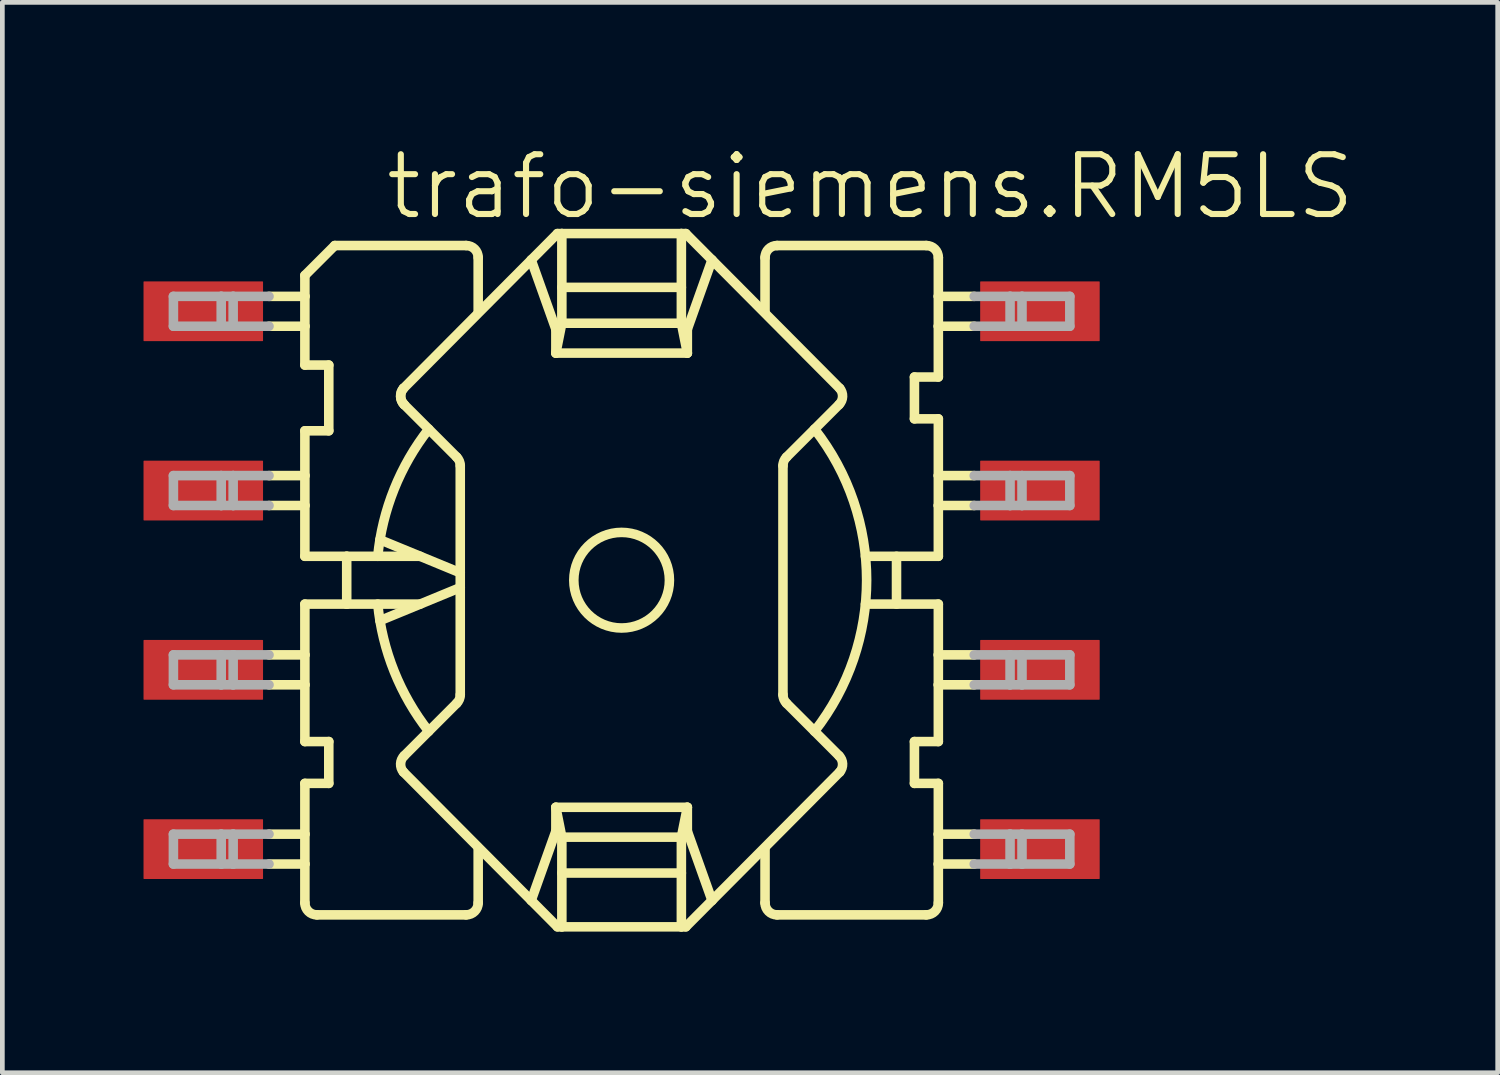
<source format=kicad_pcb>
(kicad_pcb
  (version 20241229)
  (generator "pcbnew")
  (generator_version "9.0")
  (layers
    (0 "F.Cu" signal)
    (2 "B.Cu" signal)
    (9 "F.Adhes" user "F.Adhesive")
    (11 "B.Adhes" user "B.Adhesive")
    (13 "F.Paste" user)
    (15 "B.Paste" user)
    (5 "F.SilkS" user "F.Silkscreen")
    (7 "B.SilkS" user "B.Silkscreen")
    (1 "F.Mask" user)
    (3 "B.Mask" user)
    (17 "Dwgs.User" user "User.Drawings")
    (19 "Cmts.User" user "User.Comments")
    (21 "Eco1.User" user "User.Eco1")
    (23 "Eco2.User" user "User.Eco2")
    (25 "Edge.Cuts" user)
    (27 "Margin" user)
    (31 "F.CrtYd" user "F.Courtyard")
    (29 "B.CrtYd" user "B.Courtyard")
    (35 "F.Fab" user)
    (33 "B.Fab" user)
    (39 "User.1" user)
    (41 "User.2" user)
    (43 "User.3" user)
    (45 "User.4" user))
  (footprint "trafo-siemens.RM5LS"
    (layer "F.Cu")
    (at 10.16 9.28)
    (property "Reference" "trafo-siemens.RM5LS" (at -5.08 -7.62 0) (layer "F.SilkS") (effects (font (size 1.27 1.27) (thickness 0.13)) (justify left bottom)))
    (attr smd)
    (fp_line (start -7.493 -6.032) (end -6.731 -6.032) (stroke (width 0.203) (type default)) (layer "F.SilkS"))
    (fp_line (start -7.493 -5.397) (end -6.731 -5.397) (stroke (width 0.203) (type default)) (layer "F.SilkS"))
    (fp_line (start -7.493 -2.223) (end -6.731 -2.223) (stroke (width 0.203) (type default)) (layer "F.SilkS"))
    (fp_line (start -7.493 -1.587) (end -6.731 -1.587) (stroke (width 0.203) (type default)) (layer "F.SilkS"))
    (fp_line (start -7.493 1.587) (end -6.731 1.587) (stroke (width 0.203) (type default)) (layer "F.SilkS"))
    (fp_line (start -7.493 2.223) (end -6.731 2.223) (stroke (width 0.203) (type default)) (layer "F.SilkS"))
    (fp_line (start -7.493 5.397) (end -6.731 5.397) (stroke (width 0.203) (type default)) (layer "F.SilkS"))
    (fp_line (start -7.493 6.032) (end -6.731 6.032) (stroke (width 0.203) (type default)) (layer "F.SilkS"))
    (fp_line (start -6.731 -6.477) (end -6.731 -6.032) (stroke (width 0.203) (type default)) (layer "F.SilkS"))
    (fp_line (start -6.731 -6.032) (end -6.731 -5.397) (stroke (width 0.203) (type default)) (layer "F.SilkS"))
    (fp_line (start -6.731 -5.397) (end -6.731 -4.572) (stroke (width 0.203) (type default)) (layer "F.SilkS"))
    (fp_line (start -6.731 -4.572) (end -6.223 -4.572) (stroke (width 0.203) (type default)) (layer "F.SilkS"))
    (fp_line (start -6.731 -3.175) (end -6.731 -2.223) (stroke (width 0.203) (type default)) (layer "F.SilkS"))
    (fp_line (start -6.731 -2.223) (end -6.731 -1.587) (stroke (width 0.203) (type default)) (layer "F.SilkS"))
    (fp_line (start -6.731 -1.587) (end -6.731 -0.508) (stroke (width 0.203) (type default)) (layer "F.SilkS"))
    (fp_line (start -6.731 -0.508) (end -5.842 -0.508) (stroke (width 0.203) (type default)) (layer "F.SilkS"))
    (fp_line (start -6.731 0.508) (end -6.731 1.587) (stroke (width 0.203) (type default)) (layer "F.SilkS"))
    (fp_line (start -6.731 0.508) (end -5.842 0.508) (stroke (width 0.203) (type default)) (layer "F.SilkS"))
    (fp_line (start -6.731 1.587) (end -6.731 2.223) (stroke (width 0.203) (type default)) (layer "F.SilkS"))
    (fp_line (start -6.731 2.223) (end -6.731 3.429) (stroke (width 0.203) (type default)) (layer "F.SilkS"))
    (fp_line (start -6.731 3.429) (end -6.223 3.429) (stroke (width 0.203) (type default)) (layer "F.SilkS"))
    (fp_line (start -6.731 4.318) (end -6.731 5.397) (stroke (width 0.203) (type default)) (layer "F.SilkS"))
    (fp_line (start -6.731 4.318) (end -6.223 4.318) (stroke (width 0.203) (type default)) (layer "F.SilkS"))
    (fp_line (start -6.731 5.397) (end -6.731 6.032) (stroke (width 0.203) (type default)) (layer "F.SilkS"))
    (fp_line (start -6.731 6.032) (end -6.731 6.858) (stroke (width 0.203) (type default)) (layer "F.SilkS"))
    (fp_line (start -6.477 7.112) (end -3.302 7.112) (stroke (width 0.203) (type default)) (layer "F.SilkS"))
    (fp_line (start -6.223 -4.572) (end -6.223 -3.175) (stroke (width 0.203) (type default)) (layer "F.SilkS"))
    (fp_line (start -6.223 -3.175) (end -6.731 -3.175) (stroke (width 0.203) (type default)) (layer "F.SilkS"))
    (fp_line (start -6.223 3.429) (end -6.223 4.318) (stroke (width 0.203) (type default)) (layer "F.SilkS"))
    (fp_line (start -6.096 -7.112) (end -6.731 -6.477) (stroke (width 0.203) (type default)) (layer "F.SilkS"))
    (fp_line (start -5.842 -0.508) (end -5.842 0.508) (stroke (width 0.203) (type default)) (layer "F.SilkS"))
    (fp_line (start -5.842 -0.508) (end -4.282 -0.508) (stroke (width 0.203) (type default)) (layer "F.SilkS"))
    (fp_line (start -5.842 0.508) (end -4.282 0.508) (stroke (width 0.203) (type default)) (layer "F.SilkS"))
    (fp_line (start -5.136 -0.86) (end -3.429 -0.157) (stroke (width 0.203) (type default)) (layer "F.SilkS"))
    (fp_line (start -5.136 0.86) (end -3.429 0.157) (stroke (width 0.203) (type default)) (layer "F.SilkS"))
    (fp_line (start -4.636 4.076) (end -1.364 7.366) (stroke (width 0.203) (type default)) (layer "F.SilkS"))
    (fp_line (start -3.503 -2.614) (end -4.622 -3.733) (stroke (width 0.203) (type default)) (layer "F.SilkS"))
    (fp_line (start -3.503 2.614) (end -4.622 3.733) (stroke (width 0.203) (type default)) (layer "F.SilkS"))
    (fp_line (start -3.429 -2.435) (end -3.429 -0.157) (stroke (width 0.203) (type default)) (layer "F.SilkS"))
    (fp_line (start -3.429 -0.157) (end -3.429 0.157) (stroke (width 0.203) (type default)) (layer "F.SilkS"))
    (fp_line (start -3.429 0.157) (end -3.429 2.435) (stroke (width 0.203) (type default)) (layer "F.SilkS"))
    (fp_line (start -3.302 -7.112) (end -6.096 -7.112) (stroke (width 0.203) (type default)) (layer "F.SilkS"))
    (fp_line (start -3.048 -6.858) (end -3.048 -5.715) (stroke (width 0.203) (type default)) (layer "F.SilkS"))
    (fp_line (start -3.048 6.858) (end -3.048 5.715) (stroke (width 0.203) (type default)) (layer "F.SilkS"))
    (fp_line (start -1.922 -6.808) (end -1.397 -5.334) (stroke (width 0.203) (type default)) (layer "F.SilkS"))
    (fp_line (start -1.922 6.808) (end -1.397 5.334) (stroke (width 0.203) (type default)) (layer "F.SilkS"))
    (fp_line (start -1.397 -4.826) (end -1.397 -5.334) (stroke (width 0.203) (type default)) (layer "F.SilkS"))
    (fp_line (start -1.397 -4.826) (end 1.397 -4.826) (stroke (width 0.203) (type default)) (layer "F.SilkS"))
    (fp_line (start -1.397 4.826) (end -1.397 5.334) (stroke (width 0.203) (type default)) (layer "F.SilkS"))
    (fp_line (start -1.397 4.826) (end 1.397 4.826) (stroke (width 0.203) (type default)) (layer "F.SilkS"))
    (fp_line (start -1.364 -7.366) (end -4.636 -4.076) (stroke (width 0.203) (type default)) (layer "F.SilkS"))
    (fp_line (start -1.27 -7.366) (end -1.364 -7.366) (stroke (width 0.203) (type default)) (layer "F.SilkS"))
    (fp_line (start -1.27 -6.223) (end 1.27 -6.223) (stroke (width 0.203) (type default)) (layer "F.SilkS"))
    (fp_line (start -1.27 -5.461) (end -1.397 -4.826) (stroke (width 0.203) (type default)) (layer "F.SilkS"))
    (fp_line (start -1.27 -5.461) (end -1.27 -7.366) (stroke (width 0.203) (type default)) (layer "F.SilkS"))
    (fp_line (start -1.27 5.461) (end -1.397 4.826) (stroke (width 0.203) (type default)) (layer "F.SilkS"))
    (fp_line (start -1.27 5.461) (end -1.27 7.366) (stroke (width 0.203) (type default)) (layer "F.SilkS"))
    (fp_line (start -1.27 6.223) (end 1.27 6.223) (stroke (width 0.203) (type default)) (layer "F.SilkS"))
    (fp_line (start -1.27 7.366) (end -1.364 7.366) (stroke (width 0.203) (type default)) (layer "F.SilkS"))
    (fp_line (start 1.27 -7.366) (end -1.27 -7.366) (stroke (width 0.203) (type default)) (layer "F.SilkS"))
    (fp_line (start 1.27 -5.461) (end -1.27 -5.461) (stroke (width 0.203) (type default)) (layer "F.SilkS"))
    (fp_line (start 1.27 -5.461) (end 1.27 -7.366) (stroke (width 0.203) (type default)) (layer "F.SilkS"))
    (fp_line (start 1.27 -5.461) (end 1.397 -4.826) (stroke (width 0.203) (type default)) (layer "F.SilkS"))
    (fp_line (start 1.27 5.461) (end -1.27 5.461) (stroke (width 0.203) (type default)) (layer "F.SilkS"))
    (fp_line (start 1.27 5.461) (end 1.27 7.366) (stroke (width 0.203) (type default)) (layer "F.SilkS"))
    (fp_line (start 1.27 5.461) (end 1.397 4.826) (stroke (width 0.203) (type default)) (layer "F.SilkS"))
    (fp_line (start 1.27 7.366) (end -1.27 7.366) (stroke (width 0.203) (type default)) (layer "F.SilkS"))
    (fp_line (start 1.364 -7.366) (end 1.27 -7.366) (stroke (width 0.203) (type default)) (layer "F.SilkS"))
    (fp_line (start 1.364 -7.366) (end 4.636 -4.076) (stroke (width 0.203) (type default)) (layer "F.SilkS"))
    (fp_line (start 1.364 7.366) (end 1.27 7.366) (stroke (width 0.203) (type default)) (layer "F.SilkS"))
    (fp_line (start 1.397 -4.826) (end 1.397 -5.334) (stroke (width 0.203) (type default)) (layer "F.SilkS"))
    (fp_line (start 1.397 4.826) (end 1.397 5.334) (stroke (width 0.203) (type default)) (layer "F.SilkS"))
    (fp_line (start 1.922 -6.808) (end 1.397 -5.334) (stroke (width 0.203) (type default)) (layer "F.SilkS"))
    (fp_line (start 1.922 6.808) (end 1.397 5.334) (stroke (width 0.203) (type default)) (layer "F.SilkS"))
    (fp_line (start 3.048 -6.858) (end 3.048 -5.715) (stroke (width 0.203) (type default)) (layer "F.SilkS"))
    (fp_line (start 3.048 6.858) (end 3.048 5.715) (stroke (width 0.203) (type default)) (layer "F.SilkS"))
    (fp_line (start 3.302 7.112) (end 6.477 7.112) (stroke (width 0.203) (type default)) (layer "F.SilkS"))
    (fp_line (start 3.429 2.435) (end 3.429 -2.435) (stroke (width 0.203) (type default)) (layer "F.SilkS"))
    (fp_line (start 4.622 -3.733) (end 3.503 -2.614) (stroke (width 0.203) (type default)) (layer "F.SilkS"))
    (fp_line (start 4.622 3.733) (end 3.503 2.614) (stroke (width 0.203) (type default)) (layer "F.SilkS"))
    (fp_line (start 4.636 4.076) (end 1.364 7.366) (stroke (width 0.203) (type default)) (layer "F.SilkS"))
    (fp_line (start 5.182 -0.508) (end 6.731 -0.508) (stroke (width 0.203) (type default)) (layer "F.SilkS"))
    (fp_line (start 5.182 0.508) (end 6.731 0.508) (stroke (width 0.203) (type default)) (layer "F.SilkS"))
    (fp_line (start 5.842 -0.508) (end 5.842 0.508) (stroke (width 0.203) (type default)) (layer "F.SilkS"))
    (fp_line (start 6.223 -4.318) (end 6.223 -3.429) (stroke (width 0.203) (type default)) (layer "F.SilkS"))
    (fp_line (start 6.223 3.429) (end 6.223 4.318) (stroke (width 0.203) (type default)) (layer "F.SilkS"))
    (fp_line (start 6.477 -7.112) (end 3.302 -7.112) (stroke (width 0.203) (type default)) (layer "F.SilkS"))
    (fp_line (start 6.731 -6.032) (end 6.731 -6.858) (stroke (width 0.203) (type default)) (layer "F.SilkS"))
    (fp_line (start 6.731 -5.397) (end 6.731 -6.032) (stroke (width 0.203) (type default)) (layer "F.SilkS"))
    (fp_line (start 6.731 -4.318) (end 6.223 -4.318) (stroke (width 0.203) (type default)) (layer "F.SilkS"))
    (fp_line (start 6.731 -4.318) (end 6.731 -5.397) (stroke (width 0.203) (type default)) (layer "F.SilkS"))
    (fp_line (start 6.731 -3.429) (end 6.223 -3.429) (stroke (width 0.203) (type default)) (layer "F.SilkS"))
    (fp_line (start 6.731 -3.429) (end 6.731 -2.223) (stroke (width 0.203) (type default)) (layer "F.SilkS"))
    (fp_line (start 6.731 -2.223) (end 6.731 -1.587) (stroke (width 0.203) (type default)) (layer "F.SilkS"))
    (fp_line (start 6.731 -1.587) (end 6.731 -0.508) (stroke (width 0.203) (type default)) (layer "F.SilkS"))
    (fp_line (start 6.731 0.508) (end 6.731 1.587) (stroke (width 0.203) (type default)) (layer "F.SilkS"))
    (fp_line (start 6.731 1.587) (end 6.731 2.223) (stroke (width 0.203) (type default)) (layer "F.SilkS"))
    (fp_line (start 6.731 2.223) (end 6.731 3.429) (stroke (width 0.203) (type default)) (layer "F.SilkS"))
    (fp_line (start 6.731 3.429) (end 6.223 3.429) (stroke (width 0.203) (type default)) (layer "F.SilkS"))
    (fp_line (start 6.731 4.318) (end 6.223 4.318) (stroke (width 0.203) (type default)) (layer "F.SilkS"))
    (fp_line (start 6.731 4.318) (end 6.731 5.397) (stroke (width 0.203) (type default)) (layer "F.SilkS"))
    (fp_line (start 6.731 5.397) (end 6.731 6.032) (stroke (width 0.203) (type default)) (layer "F.SilkS"))
    (fp_line (start 6.731 6.032) (end 6.731 6.858) (stroke (width 0.203) (type default)) (layer "F.SilkS"))
    (fp_line (start 7.493 -6.032) (end 6.731 -6.032) (stroke (width 0.203) (type default)) (layer "F.SilkS"))
    (fp_line (start 7.493 -5.397) (end 6.731 -5.397) (stroke (width 0.203) (type default)) (layer "F.SilkS"))
    (fp_line (start 7.493 -2.223) (end 6.731 -2.223) (stroke (width 0.203) (type default)) (layer "F.SilkS"))
    (fp_line (start 7.493 -1.587) (end 6.731 -1.587) (stroke (width 0.203) (type default)) (layer "F.SilkS"))
    (fp_line (start 7.493 1.587) (end 6.731 1.587) (stroke (width 0.203) (type default)) (layer "F.SilkS"))
    (fp_line (start 7.493 2.223) (end 6.731 2.223) (stroke (width 0.203) (type default)) (layer "F.SilkS"))
    (fp_line (start 7.493 5.397) (end 6.731 5.397) (stroke (width 0.203) (type default)) (layer "F.SilkS"))
    (fp_line (start 7.493 6.032) (end 6.731 6.032) (stroke (width 0.203) (type default)) (layer "F.SilkS"))
    (fp_arc (start -6.477 7.112) (mid -6.656605 7.037605) (end -6.731 6.858) (stroke (width 0.2032) (type default)) (layer "F.SilkS"))
    (fp_arc (start -5.1822 -0.508) (mid -4.833567 -1.936458) (end -4.0995 -3.2105) (stroke (width 0.2032) (type default)) (layer "F.SilkS"))
    (fp_arc (start -4.6363 4.0762) (mid -4.696101 3.901614) (end -4.622 3.7326) (stroke (width 0.2032) (type default)) (layer "F.SilkS"))
    (fp_arc (start -4.6218 -3.7328) (mid -4.695959 -3.901675) (end -4.6363 -4.0762) (stroke (width 0.2032) (type default)) (layer "F.SilkS"))
    (fp_arc (start -4.6218 -3.7328) (mid -4.695959 -3.901675) (end -4.6363 -4.0762) (stroke (width 0.2032) (type default)) (layer "F.SilkS"))
    (fp_arc (start -4.0995 3.2105) (mid -4.833567 1.936458) (end -5.1822 0.508) (stroke (width 0.2032) (type default)) (layer "F.SilkS"))
    (fp_arc (start -3.5034 -2.6144) (mid -3.448292 -2.532008) (end -3.4289 -2.4348) (stroke (width 0.2032) (type default)) (layer "F.SilkS"))
    (fp_arc (start -3.4288 2.4348) (mid -3.448246 2.532016) (end -3.5034 2.6144) (stroke (width 0.2032) (type default)) (layer "F.SilkS"))
    (fp_arc (start -3.302 -7.112) (mid -3.122395 -7.037605) (end -3.048 -6.858) (stroke (width 0.2032) (type default)) (layer "F.SilkS"))
    (fp_arc (start -3.048 6.858) (mid -3.122395 7.037605) (end -3.302 7.112) (stroke (width 0.2032) (type default)) (layer "F.SilkS"))
    (fp_arc (start 3.048 -6.858) (mid 3.122395 -7.037605) (end 3.302 -7.112) (stroke (width 0.2032) (type default)) (layer "F.SilkS"))
    (fp_arc (start 3.302 7.112) (mid 3.122395 7.037605) (end 3.048 6.858) (stroke (width 0.2032) (type default)) (layer "F.SilkS"))
    (fp_arc (start 3.429 -2.4348) (mid 3.448338 -2.531999) (end 3.5034 -2.6144) (stroke (width 0.2032) (type default)) (layer "F.SilkS"))
    (fp_arc (start 3.5034 2.6144) (mid 3.448338 2.531999) (end 3.429 2.4348) (stroke (width 0.2032) (type default)) (layer "F.SilkS"))
    (fp_arc (start 4.0995 -3.2105) (mid 5.207035 0) (end 4.0995 3.2105) (stroke (width 0.2032) (type default)) (layer "F.SilkS"))
    (fp_arc (start 4.6218 3.7328) (mid 4.695959 3.901675) (end 4.6363 4.0762) (stroke (width 0.2032) (type default)) (layer "F.SilkS"))
    (fp_arc (start 4.6361 -4.076) (mid 4.695818 -3.901614) (end 4.6218 -3.7328) (stroke (width 0.2032) (type default)) (layer "F.SilkS"))
    (fp_arc (start 6.477 -7.112) (mid 6.656605 -7.037605) (end 6.731 -6.858) (stroke (width 0.2032) (type default)) (layer "F.SilkS"))
    (fp_arc (start 6.731 6.858) (mid 6.656605 7.037605) (end 6.477 7.112) (stroke (width 0.2032) (type default)) (layer "F.SilkS"))
    (fp_circle (center 0 0) (end 1.016 0) (stroke (width 0.203) (type default)) (fill no) (layer "F.SilkS"))
    (fp_line (start -9.525 -6.032) (end -8.509 -6.032) (stroke (width 0.203) (type default)) (layer "F.Fab"))
    (fp_line (start -9.525 -5.397) (end -9.525 -6.032) (stroke (width 0.203) (type default)) (layer "F.Fab"))
    (fp_line (start -9.525 -5.397) (end -8.509 -5.397) (stroke (width 0.203) (type default)) (layer "F.Fab"))
    (fp_line (start -9.525 -2.223) (end -8.509 -2.223) (stroke (width 0.203) (type default)) (layer "F.Fab"))
    (fp_line (start -9.525 -1.587) (end -9.525 -2.223) (stroke (width 0.203) (type default)) (layer "F.Fab"))
    (fp_line (start -9.525 -1.587) (end -8.509 -1.587) (stroke (width 0.203) (type default)) (layer "F.Fab"))
    (fp_line (start -9.525 1.587) (end -8.509 1.587) (stroke (width 0.203) (type default)) (layer "F.Fab"))
    (fp_line (start -9.525 2.223) (end -9.525 1.587) (stroke (width 0.203) (type default)) (layer "F.Fab"))
    (fp_line (start -9.525 2.223) (end -8.509 2.223) (stroke (width 0.203) (type default)) (layer "F.Fab"))
    (fp_line (start -9.525 5.397) (end -8.509 5.397) (stroke (width 0.203) (type default)) (layer "F.Fab"))
    (fp_line (start -9.525 6.032) (end -9.525 5.397) (stroke (width 0.203) (type default)) (layer "F.Fab"))
    (fp_line (start -9.525 6.032) (end -8.509 6.032) (stroke (width 0.203) (type default)) (layer "F.Fab"))
    (fp_line (start -8.509 -6.032) (end -8.255 -6.032) (stroke (width 0.203) (type default)) (layer "F.Fab"))
    (fp_line (start -8.509 -5.397) (end -8.509 -6.032) (stroke (width 0.203) (type default)) (layer "F.Fab"))
    (fp_line (start -8.509 -5.397) (end -8.255 -5.397) (stroke (width 0.203) (type default)) (layer "F.Fab"))
    (fp_line (start -8.509 -2.223) (end -8.255 -2.223) (stroke (width 0.203) (type default)) (layer "F.Fab"))
    (fp_line (start -8.509 -1.587) (end -8.509 -2.223) (stroke (width 0.203) (type default)) (layer "F.Fab"))
    (fp_line (start -8.509 -1.587) (end -8.255 -1.587) (stroke (width 0.203) (type default)) (layer "F.Fab"))
    (fp_line (start -8.509 1.587) (end -8.255 1.587) (stroke (width 0.203) (type default)) (layer "F.Fab"))
    (fp_line (start -8.509 2.223) (end -8.509 1.587) (stroke (width 0.203) (type default)) (layer "F.Fab"))
    (fp_line (start -8.509 2.223) (end -8.255 2.223) (stroke (width 0.203) (type default)) (layer "F.Fab"))
    (fp_line (start -8.509 5.397) (end -8.255 5.397) (stroke (width 0.203) (type default)) (layer "F.Fab"))
    (fp_line (start -8.509 6.032) (end -8.509 5.397) (stroke (width 0.203) (type default)) (layer "F.Fab"))
    (fp_line (start -8.509 6.032) (end -8.255 6.032) (stroke (width 0.203) (type default)) (layer "F.Fab"))
    (fp_line (start -8.255 -6.032) (end -7.493 -6.032) (stroke (width 0.203) (type default)) (layer "F.Fab"))
    (fp_line (start -8.255 -5.397) (end -8.255 -6.032) (stroke (width 0.203) (type default)) (layer "F.Fab"))
    (fp_line (start -8.255 -5.397) (end -7.493 -5.397) (stroke (width 0.203) (type default)) (layer "F.Fab"))
    (fp_line (start -8.255 -2.223) (end -7.493 -2.223) (stroke (width 0.203) (type default)) (layer "F.Fab"))
    (fp_line (start -8.255 -1.587) (end -8.255 -2.223) (stroke (width 0.203) (type default)) (layer "F.Fab"))
    (fp_line (start -8.255 -1.587) (end -7.493 -1.587) (stroke (width 0.203) (type default)) (layer "F.Fab"))
    (fp_line (start -8.255 1.587) (end -7.493 1.587) (stroke (width 0.203) (type default)) (layer "F.Fab"))
    (fp_line (start -8.255 2.223) (end -8.255 1.587) (stroke (width 0.203) (type default)) (layer "F.Fab"))
    (fp_line (start -8.255 2.223) (end -7.493 2.223) (stroke (width 0.203) (type default)) (layer "F.Fab"))
    (fp_line (start -8.255 5.397) (end -7.493 5.397) (stroke (width 0.203) (type default)) (layer "F.Fab"))
    (fp_line (start -8.255 6.032) (end -8.255 5.397) (stroke (width 0.203) (type default)) (layer "F.Fab"))
    (fp_line (start -8.255 6.032) (end -7.493 6.032) (stroke (width 0.203) (type default)) (layer "F.Fab"))
    (fp_line (start 8.255 -6.032) (end 7.493 -6.032) (stroke (width 0.203) (type default)) (layer "F.Fab"))
    (fp_line (start 8.255 -5.397) (end 8.255 -6.032) (stroke (width 0.203) (type default)) (layer "F.Fab"))
    (fp_line (start 8.255 -2.223) (end 7.493 -2.223) (stroke (width 0.203) (type default)) (layer "F.Fab"))
    (fp_line (start 8.255 -1.587) (end 7.493 -1.587) (stroke (width 0.203) (type default)) (layer "F.Fab"))
    (fp_line (start 8.255 -1.587) (end 8.255 -2.223) (stroke (width 0.203) (type default)) (layer "F.Fab"))
    (fp_line (start 8.255 1.587) (end 7.493 1.587) (stroke (width 0.203) (type default)) (layer "F.Fab"))
    (fp_line (start 8.255 2.223) (end 7.493 2.223) (stroke (width 0.203) (type default)) (layer "F.Fab"))
    (fp_line (start 8.255 2.223) (end 8.255 1.587) (stroke (width 0.203) (type default)) (layer "F.Fab"))
    (fp_line (start 8.255 5.397) (end 7.493 5.397) (stroke (width 0.203) (type default)) (layer "F.Fab"))
    (fp_line (start 8.255 6.032) (end 7.493 6.032) (stroke (width 0.203) (type default)) (layer "F.Fab"))
    (fp_line (start 8.255 6.032) (end 8.255 5.397) (stroke (width 0.203) (type default)) (layer "F.Fab"))
    (fp_line (start 8.509 -6.032) (end 8.255 -6.032) (stroke (width 0.203) (type default)) (layer "F.Fab"))
    (fp_line (start 8.509 -5.397) (end 8.509 -6.032) (stroke (width 0.203) (type default)) (layer "F.Fab"))
    (fp_line (start 8.509 -2.223) (end 8.255 -2.223) (stroke (width 0.203) (type default)) (layer "F.Fab"))
    (fp_line (start 8.509 -1.587) (end 8.255 -1.587) (stroke (width 0.203) (type default)) (layer "F.Fab"))
    (fp_line (start 8.509 -1.587) (end 8.509 -2.223) (stroke (width 0.203) (type default)) (layer "F.Fab"))
    (fp_line (start 8.509 1.587) (end 8.255 1.587) (stroke (width 0.203) (type default)) (layer "F.Fab"))
    (fp_line (start 8.509 2.223) (end 8.255 2.223) (stroke (width 0.203) (type default)) (layer "F.Fab"))
    (fp_line (start 8.509 2.223) (end 8.509 1.587) (stroke (width 0.203) (type default)) (layer "F.Fab"))
    (fp_line (start 8.509 5.397) (end 8.255 5.397) (stroke (width 0.203) (type default)) (layer "F.Fab"))
    (fp_line (start 8.509 6.032) (end 8.255 6.032) (stroke (width 0.203) (type default)) (layer "F.Fab"))
    (fp_line (start 8.509 6.032) (end 8.509 5.397) (stroke (width 0.203) (type default)) (layer "F.Fab"))
    (fp_line (start 9.525 -6.032) (end 8.509 -6.032) (stroke (width 0.203) (type default)) (layer "F.Fab"))
    (fp_line (start 9.525 -5.397) (end 7.493 -5.397) (stroke (width 0.203) (type default)) (layer "F.Fab"))
    (fp_line (start 9.525 -5.397) (end 9.525 -6.032) (stroke (width 0.203) (type default)) (layer "F.Fab"))
    (fp_line (start 9.525 -2.223) (end 8.509 -2.223) (stroke (width 0.203) (type default)) (layer "F.Fab"))
    (fp_line (start 9.525 -1.587) (end 8.509 -1.587) (stroke (width 0.203) (type default)) (layer "F.Fab"))
    (fp_line (start 9.525 -1.587) (end 9.525 -2.223) (stroke (width 0.203) (type default)) (layer "F.Fab"))
    (fp_line (start 9.525 1.587) (end 8.509 1.587) (stroke (width 0.203) (type default)) (layer "F.Fab"))
    (fp_line (start 9.525 2.223) (end 8.509 2.223) (stroke (width 0.203) (type default)) (layer "F.Fab"))
    (fp_line (start 9.525 2.223) (end 9.525 1.587) (stroke (width 0.203) (type default)) (layer "F.Fab"))
    (fp_line (start 9.525 5.397) (end 8.509 5.397) (stroke (width 0.203) (type default)) (layer "F.Fab"))
    (fp_line (start 9.525 6.032) (end 8.509 6.032) (stroke (width 0.203) (type default)) (layer "F.Fab"))
    (fp_line (start 9.525 6.032) (end 9.525 5.397) (stroke (width 0.203) (type default)) (layer "F.Fab"))
    (pad "1" smd roundrect (at -8.89 -5.715) (size 2.54 1.27) (layers "F.Cu" "F.Mask" "F.Paste") (roundrect_rratio 0.01))
    (pad "2" smd roundrect (at -8.89 -1.905) (size 2.54 1.27) (layers "F.Cu" "F.Mask" "F.Paste") (roundrect_rratio 0.01))
    (pad "3" smd roundrect (at -8.89 1.905) (size 2.54 1.27) (layers "F.Cu" "F.Mask" "F.Paste") (roundrect_rratio 0.01))
    (pad "4" smd roundrect (at -8.89 5.715) (size 2.54 1.27) (layers "F.Cu" "F.Mask" "F.Paste") (roundrect_rratio 0.01))
    (pad "5" smd roundrect (at 8.89 5.715) (size 2.54 1.27) (layers "F.Cu" "F.Mask" "F.Paste") (roundrect_rratio 0.01))
    (pad "6" smd roundrect (at 8.89 1.905) (size 2.54 1.27) (layers "F.Cu" "F.Mask" "F.Paste") (roundrect_rratio 0.01))
    (pad "7" smd roundrect (at 8.89 -1.905) (size 2.54 1.27) (layers "F.Cu" "F.Mask" "F.Paste") (roundrect_rratio 0.01))
    (pad "8" smd roundrect (at 8.89 -5.715) (size 2.54 1.27) (layers "F.Cu" "F.Mask" "F.Paste") (roundrect_rratio 0.01)))
  (gr_rect
    (start -3 -3)
    (end 28.778 19.748)
    (stroke (width 0.1) (type default))
    (fill no)
    (layer "Edge.Cuts")))
</source>
